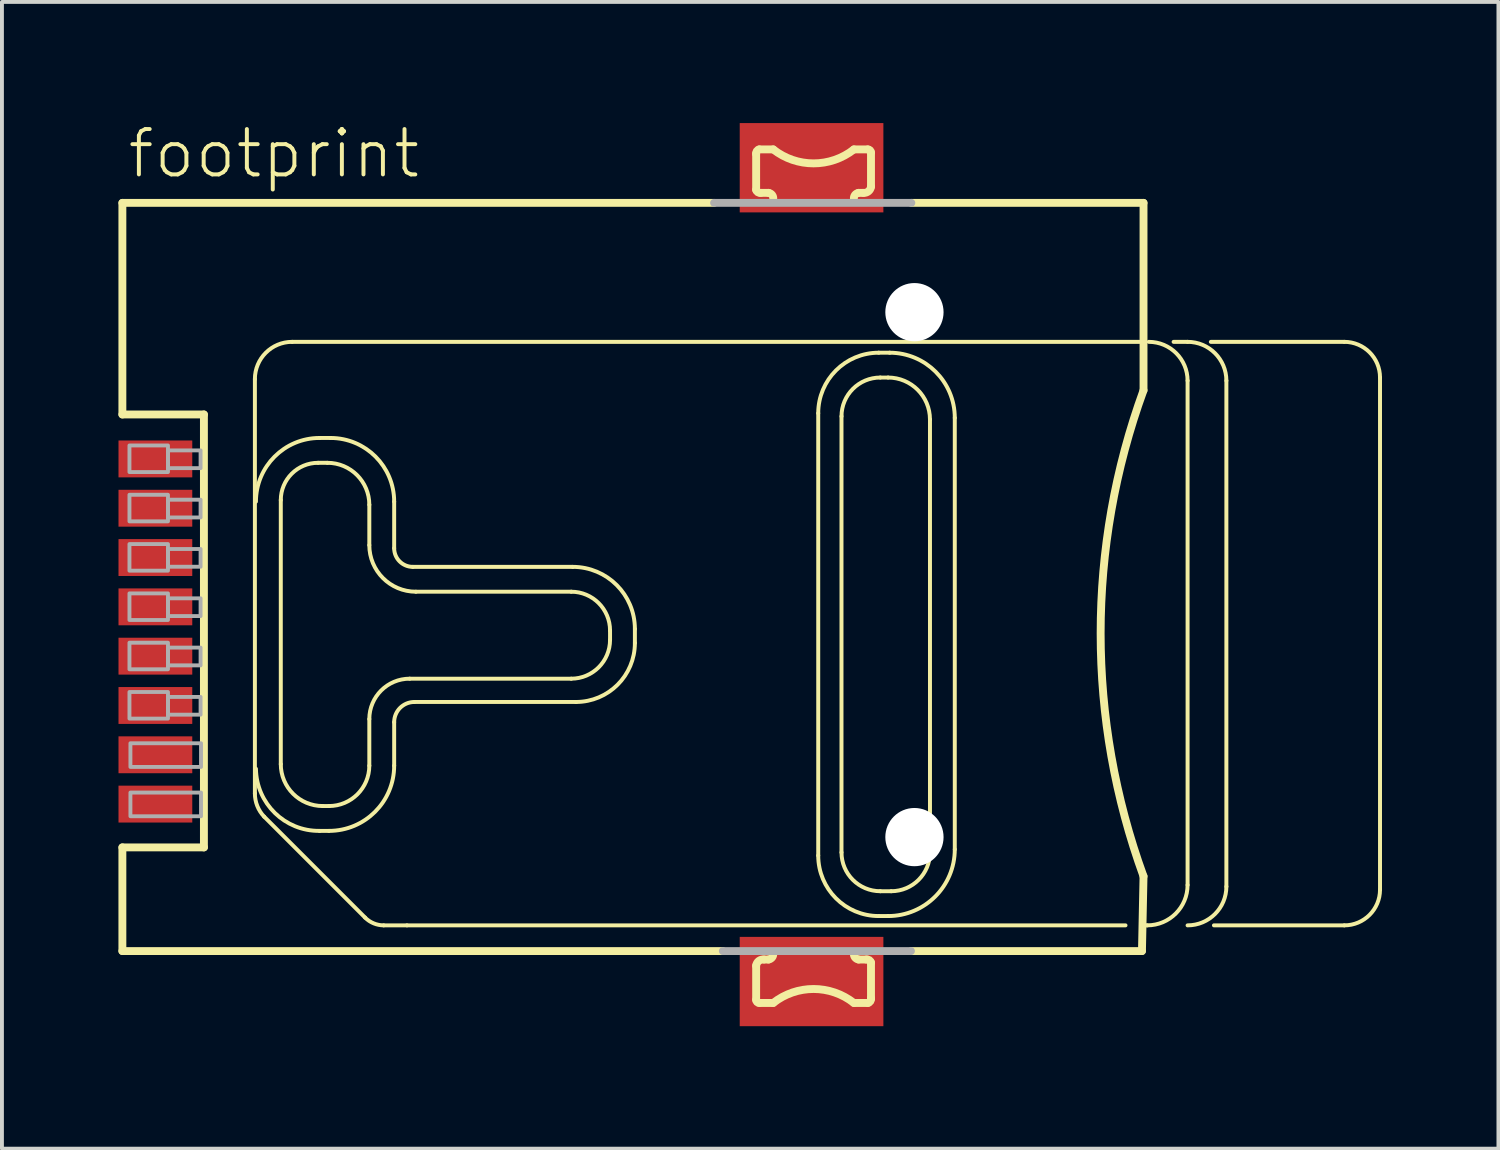
<source format=kicad_pcb>
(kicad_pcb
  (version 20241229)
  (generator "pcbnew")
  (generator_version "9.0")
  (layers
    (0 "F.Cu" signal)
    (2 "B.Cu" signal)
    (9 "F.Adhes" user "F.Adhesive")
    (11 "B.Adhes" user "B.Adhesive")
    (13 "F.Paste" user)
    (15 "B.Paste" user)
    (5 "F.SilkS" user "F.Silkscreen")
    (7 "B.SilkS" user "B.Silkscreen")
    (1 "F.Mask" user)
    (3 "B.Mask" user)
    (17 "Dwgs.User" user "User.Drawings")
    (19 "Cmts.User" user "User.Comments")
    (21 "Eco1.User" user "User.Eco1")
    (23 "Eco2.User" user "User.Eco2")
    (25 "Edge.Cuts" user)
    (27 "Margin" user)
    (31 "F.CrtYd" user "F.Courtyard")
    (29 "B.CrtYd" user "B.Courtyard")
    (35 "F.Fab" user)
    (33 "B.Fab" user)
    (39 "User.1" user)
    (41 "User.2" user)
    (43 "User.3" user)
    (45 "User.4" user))
  (footprint "footprint"
    (layer "F.Cu")
    (at 20.502 11.75)
    (property "Reference" "footprint" (at -20.32 -10.16 0) (layer "F.SilkS") (effects (font (size 1.168 1.168) (thickness 0.102)) (justify left bottom)))
    (fp_poly (pts (xy -4.5 -9.33) (xy -0.8 -9.33) (xy -0.8 -11.63) (xy -4.5 -11.63)) (stroke (width 0) (type solid)) (fill yes) (layer "F.Cu"))
    (fp_poly (pts (xy -0.8 9.33) (xy -4.5 9.33) (xy -4.5 11.63) (xy -0.8 11.63)) (stroke (width 0) (type solid)) (fill yes) (layer "F.Cu"))
    (fp_poly (pts (xy -4.625 -9.175) (xy -0.675 -9.175) (xy -0.675 -11.75) (xy -4.625 -11.75)) (stroke (width 0) (type solid)) (fill yes) (layer "F.Mask"))
    (fp_poly (pts (xy -4.625 11.785) (xy -0.675 11.785) (xy -0.675 9.21) (xy -4.625 9.21)) (stroke (width 0) (type solid)) (fill yes) (layer "F.Mask"))
    (fp_line (start -20.4 -9.575) (end -5.16 -9.575) (stroke (width 0.203) (type solid)) (layer "F.SilkS"))
    (fp_line (start -20.4 -4.125) (end -20.4 -9.575) (stroke (width 0.203) (type solid)) (layer "F.SilkS"))
    (fp_line (start -20.4 7.025) (end -18.3 7.025) (stroke (width 0.203) (type solid)) (layer "F.SilkS"))
    (fp_line (start -20.4 9.695) (end -20.4 7.025) (stroke (width 0.203) (type solid)) (layer "F.SilkS"))
    (fp_line (start -18.3 -4.125) (end -20.4 -4.125) (stroke (width 0.203) (type solid)) (layer "F.SilkS"))
    (fp_line (start -18.3 7.025) (end -18.3 -4.125) (stroke (width 0.203) (type solid)) (layer "F.SilkS"))
    (fp_line (start -16.987 -5.036) (end -16.987 5.636) (stroke (width 0.102) (type solid)) (layer "F.SilkS"))
    (fp_line (start -16.747 6.235) (end -14.149 8.833) (stroke (width 0.102) (type solid)) (layer "F.SilkS"))
    (fp_line (start -16.32 4.88) (end -16.32 -1.92) (stroke (width 0.102) (type solid)) (layer "F.SilkS"))
    (fp_line (start -16.028 -5.995) (end 5.955 -5.995) (stroke (width 0.102) (type solid)) (layer "F.SilkS"))
    (fp_line (start -15.36 -2.88) (end -15.12 -2.88) (stroke (width 0.102) (type solid)) (layer "F.SilkS"))
    (fp_line (start -15.32 -3.52) (end -15.04 -3.52) (stroke (width 0.102) (type solid)) (layer "F.SilkS"))
    (fp_line (start -15.08 5.96) (end -15.24 5.96) (stroke (width 0.102) (type solid)) (layer "F.SilkS"))
    (fp_line (start -15.08 6.6) (end -15.32 6.6) (stroke (width 0.102) (type solid)) (layer "F.SilkS"))
    (fp_line (start -14.04 -1.8) (end -14.04 -0.76) (stroke (width 0.102) (type solid)) (layer "F.SilkS"))
    (fp_line (start -14.04 3.72) (end -14.04 4.92) (stroke (width 0.102) (type solid)) (layer "F.SilkS"))
    (fp_line (start -13.4 -1.88) (end -13.4 -0.68) (stroke (width 0.102) (type solid)) (layer "F.SilkS"))
    (fp_line (start -13.4 3.8) (end -13.4 4.92) (stroke (width 0.102) (type solid)) (layer "F.SilkS"))
    (fp_line (start -13.07 9.033) (end 5.436 9.033) (stroke (width 0.102) (type solid)) (layer "F.SilkS"))
    (fp_line (start -12.92 -0.2) (end -8.8 -0.2) (stroke (width 0.102) (type solid)) (layer "F.SilkS"))
    (fp_line (start -12.84 0.44) (end -8.84 0.44) (stroke (width 0.102) (type solid)) (layer "F.SilkS"))
    (fp_line (start -8.84 2.68) (end -13 2.68) (stroke (width 0.102) (type solid)) (layer "F.SilkS"))
    (fp_line (start -8.72 3.28) (end -12.88 3.28) (stroke (width 0.102) (type solid)) (layer "F.SilkS"))
    (fp_line (start -7.84 1.44) (end -7.84 1.68) (stroke (width 0.102) (type solid)) (layer "F.SilkS"))
    (fp_line (start -7.2 1.4) (end -7.2 1.76) (stroke (width 0.102) (type solid)) (layer "F.SilkS"))
    (fp_line (start -4.935 9.695) (end -20.4 9.695) (stroke (width 0.203) (type solid)) (layer "F.SilkS"))
    (fp_line (start -4.077 -9.913) (end -4.077 -10.832) (stroke (width 0.203) (type solid)) (layer "F.SilkS"))
    (fp_line (start -4.077 10.952) (end -4.077 10.072) (stroke (width 0.203) (type solid)) (layer "F.SilkS"))
    (fp_line (start -3.997 -10.952) (end -3.637 -10.952) (stroke (width 0.203) (type solid)) (layer "F.SilkS"))
    (fp_line (start -3.877 9.913) (end -3.757 9.913) (stroke (width 0.203) (type solid)) (layer "F.SilkS"))
    (fp_line (start -3.757 -9.833) (end -3.957 -9.833) (stroke (width 0.203) (type solid)) (layer "F.SilkS"))
    (fp_line (start -3.637 11.032) (end -3.997 11.032) (stroke (width 0.203) (type solid)) (layer "F.SilkS"))
    (fp_line (start -2.478 7.235) (end -2.478 -4.157) (stroke (width 0.102) (type solid)) (layer "F.SilkS"))
    (fp_line (start -1.879 -4.077) (end -1.879 7.155) (stroke (width 0.102) (type solid)) (layer "F.SilkS"))
    (fp_line (start -1.559 -10.952) (end -1.199 -10.952) (stroke (width 0.203) (type solid)) (layer "F.SilkS"))
    (fp_line (start -1.439 9.913) (end -1.239 9.913) (stroke (width 0.203) (type solid)) (layer "F.SilkS"))
    (fp_line (start -1.319 -9.833) (end -1.439 -9.833) (stroke (width 0.203) (type solid)) (layer "F.SilkS"))
    (fp_line (start -1.199 11.032) (end -1.559 11.032) (stroke (width 0.203) (type solid)) (layer "F.SilkS"))
    (fp_line (start -1.119 -10.872) (end -1.119 -9.992) (stroke (width 0.203) (type solid)) (layer "F.SilkS"))
    (fp_line (start -1.119 9.993) (end -1.119 10.912) (stroke (width 0.203) (type solid)) (layer "F.SilkS"))
    (fp_line (start -0.919 -5.716) (end -0.639 -5.716) (stroke (width 0.102) (type solid)) (layer "F.SilkS"))
    (fp_line (start -0.879 8.154) (end -0.6 8.154) (stroke (width 0.102) (type solid)) (layer "F.SilkS"))
    (fp_line (start -0.679 -5.076) (end -0.879 -5.076) (stroke (width 0.102) (type solid)) (layer "F.SilkS"))
    (fp_line (start -0.679 8.793) (end -0.919 8.793) (stroke (width 0.102) (type solid)) (layer "F.SilkS"))
    (fp_line (start -0.08 -9.575) (end 5.9 -9.575) (stroke (width 0.203) (type solid)) (layer "F.SilkS"))
    (fp_line (start 0.4 7.155) (end 0.4 -3.997) (stroke (width 0.102) (type solid)) (layer "F.SilkS"))
    (fp_line (start 1.039 -4.037) (end 1.039 7.075) (stroke (width 0.102) (type solid)) (layer "F.SilkS"))
    (fp_line (start 5.86 9.695) (end -0.08 9.695) (stroke (width 0.203) (type solid)) (layer "F.SilkS"))
    (fp_line (start 5.9 -9.575) (end 5.9 -4.746) (stroke (width 0.203) (type solid)) (layer "F.SilkS"))
    (fp_line (start 5.9 7.769) (end 5.86 9.695) (stroke (width 0.203) (type solid)) (layer "F.SilkS"))
    (fp_line (start 5.995 9.033) (end 5.955 9.033) (stroke (width 0.102) (type solid)) (layer "F.SilkS"))
    (fp_line (start 7.035 -5.995) (end 6.675 -5.995) (stroke (width 0.102) (type solid)) (layer "F.SilkS"))
    (fp_line (start 7.035 -4.996) (end 7.035 7.994) (stroke (width 0.102) (type solid)) (layer "F.SilkS"))
    (fp_line (start 7.634 -5.995) (end 11.072 -5.995) (stroke (width 0.102) (type solid)) (layer "F.SilkS"))
    (fp_line (start 8.034 8.034) (end 8.034 -4.996) (stroke (width 0.102) (type solid)) (layer "F.SilkS"))
    (fp_line (start 11.072 9.033) (end 7.714 9.033) (stroke (width 0.102) (type solid)) (layer "F.SilkS"))
    (fp_line (start 11.991 -5.076) (end 11.991 8.114) (stroke (width 0.102) (type solid)) (layer "F.SilkS"))
    (fp_arc (start -16.9873 -5.0362) (mid -16.706328 -5.714528) (end -16.028 -5.9955) (stroke (width 0.1016) (type solid)) (layer "F.SilkS"))
    (fp_arc (start -16.96 -1.88) (mid -16.479655 -3.039655) (end -15.32 -3.52) (stroke (width 0.1016) (type solid)) (layer "F.SilkS"))
    (fp_arc (start -16.7474 6.235301) (mid -16.925107 5.958663) (end -16.9873 5.6358) (stroke (width 0.1016) (type solid)) (layer "F.SilkS"))
    (fp_arc (start -16.32 -1.92) (mid -16.038823 -2.598823) (end -15.36 -2.88) (stroke (width 0.1016) (type solid)) (layer "F.SilkS"))
    (fp_arc (start -15.32 6.6) (mid -16.471371 6.139655) (end -16.96 5) (stroke (width 0.1016) (type solid)) (layer "F.SilkS"))
    (fp_arc (start -15.24 5.96) (mid -16.003675 5.643675) (end -16.32 4.88) (stroke (width 0.1016) (type solid)) (layer "F.SilkS"))
    (fp_arc (start -15.12 -2.88) (mid -14.356325 -2.563675) (end -14.04 -1.8) (stroke (width 0.1016) (type solid)) (layer "F.SilkS"))
    (fp_arc (start -15.04 -3.52) (mid -13.880345 -3.039655) (end -13.4 -1.88) (stroke (width 0.1016) (type solid)) (layer "F.SilkS"))
    (fp_arc (start -14.04 3.72) (mid -13.735391 2.984609) (end -13 2.68) (stroke (width 0.1016) (type solid)) (layer "F.SilkS"))
    (fp_arc (start -14.04 4.92) (mid -14.344609 5.655391) (end -15.08 5.96) (stroke (width 0.1016) (type solid)) (layer "F.SilkS"))
    (fp_arc (start -13.669699 9.0332) (mid -13.929318 8.980763) (end -14.1494 8.8334) (stroke (width 0.1016) (type solid)) (layer "F.SilkS"))
    (fp_arc (start -13.4 3.8) (mid -13.247696 3.432304) (end -12.88 3.28) (stroke (width 0.1016) (type solid)) (layer "F.SilkS"))
    (fp_arc (start -13.4 4.92) (mid -13.892061 6.107939) (end -15.08 6.6) (stroke (width 0.1016) (type solid)) (layer "F.SilkS"))
    (fp_arc (start -13.0702 9.0332) (mid -13.36995 9.033793) (end -13.6697 9.0332) (stroke (width 0.1016) (type solid)) (layer "F.SilkS"))
    (fp_arc (start -12.92 -0.2) (mid -13.259411 -0.340589) (end -13.4 -0.68) (stroke (width 0.1016) (type solid)) (layer "F.SilkS"))
    (fp_arc (start -12.84 0.44) (mid -13.688528 0.088528) (end -14.04 -0.76) (stroke (width 0.1016) (type solid)) (layer "F.SilkS"))
    (fp_arc (start -8.84 0.44) (mid -8.132893 0.732893) (end -7.84 1.44) (stroke (width 0.1016) (type solid)) (layer "F.SilkS"))
    (fp_arc (start -8.8 -0.2) (mid -7.668629 0.268629) (end -7.2 1.4) (stroke (width 0.1016) (type solid)) (layer "F.SilkS"))
    (fp_arc (start -7.84 1.68) (mid -8.132893 2.387107) (end -8.84 2.68) (stroke (width 0.1016) (type solid)) (layer "F.SilkS"))
    (fp_arc (start -7.2 1.76) (mid -7.645198 2.834802) (end -8.72 3.28) (stroke (width 0.1016) (type solid)) (layer "F.SilkS"))
    (fp_arc (start -4.077 10.0725) (mid -4.010196 9.95122) (end -3.8772 9.9127) (stroke (width 0.2032) (type solid)) (layer "F.SilkS"))
    (fp_arc (start -4.0769 -10.8318) (mid -4.061782 -10.908298) (end -3.997 -10.9517) (stroke (width 0.2032) (type solid)) (layer "F.SilkS"))
    (fp_arc (start -3.9971 11.0318) (mid -4.053598 11.008398) (end -4.077 10.9519) (stroke (width 0.2032) (type solid)) (layer "F.SilkS"))
    (fp_arc (start -3.9571 -9.8327) (mid -4.033598 -9.847818) (end -4.077 -9.9126) (stroke (width 0.2032) (type solid)) (layer "F.SilkS"))
    (fp_arc (start -3.7572 -9.8326) (mid -3.664163 -9.77746) (end -3.6373 -9.6727) (stroke (width 0.2032) (type solid)) (layer "F.SilkS"))
    (fp_arc (start -3.637399 11.031799) (mid -2.598149 10.67213) (end -1.5589 11.0318) (stroke (width 0.2032) (type solid)) (layer "F.SilkS"))
    (fp_arc (start -3.637398 9.7528) (mid -3.664238 9.857544) (end -3.7573 9.9126) (stroke (width 0.2032) (type solid)) (layer "F.SilkS"))
    (fp_arc (start -2.4781 -4.1569) (mid -2.021538 -5.259139) (end -0.919299 -5.715701) (stroke (width 0.1016) (type solid)) (layer "F.SilkS"))
    (fp_arc (start -1.8786 -4.0769) (mid -1.585912 -4.783512) (end -0.8793 -5.0762) (stroke (width 0.1016) (type solid)) (layer "F.SilkS"))
    (fp_arc (start -1.558801 -10.951799) (mid -2.598051 -10.59213) (end -3.6373 -10.9518) (stroke (width 0.2032) (type solid)) (layer "F.SilkS"))
    (fp_arc (start -1.558801 -9.672799) (mid -1.531961 -9.777543) (end -1.4389 -9.8326) (stroke (width 0.2032) (type solid)) (layer "F.SilkS"))
    (fp_arc (start -1.438999 9.912601) (mid -1.532037 9.857461) (end -1.5589 9.7527) (stroke (width 0.2032) (type solid)) (layer "F.SilkS"))
    (fp_arc (start -1.2391 9.9127) (mid -1.162602 9.927818) (end -1.1192 9.9926) (stroke (width 0.2032) (type solid)) (layer "F.SilkS"))
    (fp_arc (start -1.1991 -10.9518) (mid -1.142602 -10.928398) (end -1.1192 -10.8719) (stroke (width 0.2032) (type solid)) (layer "F.SilkS"))
    (fp_arc (start -1.1193 10.9118) (mid -1.134418 10.988298) (end -1.1992 11.0317) (stroke (width 0.2032) (type solid)) (layer "F.SilkS"))
    (fp_arc (start -1.1192 -9.9925) (mid -1.186004 -9.87122) (end -1.319 -9.8327) (stroke (width 0.2032) (type solid)) (layer "F.SilkS"))
    (fp_arc (start -0.9193 8.7934) (mid -2.021538 8.336837) (end -2.478099 7.234599) (stroke (width 0.1016) (type solid)) (layer "F.SilkS"))
    (fp_arc (start -0.8793 8.1539) (mid -1.585912 7.861212) (end -1.8786 7.1546) (stroke (width 0.1016) (type solid)) (layer "F.SilkS"))
    (fp_arc (start -0.6795 -5.0762) (mid 0.08361 -4.76011) (end 0.3997 -3.997) (stroke (width 0.1016) (type solid)) (layer "F.SilkS"))
    (fp_arc (start -0.6395 -5.7157) (mid 0.54752 -5.22402) (end 1.0392 -4.037) (stroke (width 0.1016) (type solid)) (layer "F.SilkS"))
    (fp_arc (start 0.3997 7.1546) (mid 0.107012 7.861212) (end -0.5996 8.1539) (stroke (width 0.1016) (type solid)) (layer "F.SilkS"))
    (fp_arc (start 1.0392 7.0747) (mid 0.535804 8.290004) (end -0.6795 8.7934) (stroke (width 0.1016) (type solid)) (layer "F.SilkS"))
    (fp_arc (start 5.9 7.768799) (mid 4.795616 1.5114) (end 5.9 -4.746) (stroke (width 0.2032) (type solid)) (layer "F.SilkS"))
    (fp_arc (start 6.0355 -5.9955) (mid 6.742041 -5.702841) (end 7.0347 -4.9963) (stroke (width 0.1016) (type solid)) (layer "F.SilkS"))
    (fp_arc (start 7.0347 -5.9955) (mid 7.741312 -5.702812) (end 8.034 -4.9962) (stroke (width 0.1016) (type solid)) (layer "F.SilkS"))
    (fp_arc (start 7.0347 7.994) (mid 6.730325 8.728825) (end 5.9955 9.0332) (stroke (width 0.1016) (type solid)) (layer "F.SilkS"))
    (fp_arc (start 8.034 8.0339) (mid 7.741312 8.740512) (end 7.0347 9.0332) (stroke (width 0.1016) (type solid)) (layer "F.SilkS"))
    (fp_arc (start 11.0717 -5.9955) (mid 11.721743 -5.726243) (end 11.991 -5.0762) (stroke (width 0.1016) (type solid)) (layer "F.SilkS"))
    (fp_arc (start 11.991 8.1139) (mid 11.721743 8.763943) (end 11.0717 9.0332) (stroke (width 0.1016) (type solid)) (layer "F.SilkS"))
    (fp_poly (pts (xy -4.375 -9.45) (xy -0.925 -9.45) (xy -0.925 -11.5) (xy -4.375 -11.5)) (stroke (width 0) (type solid)) (fill yes) (layer "F.Paste"))
    (fp_poly (pts (xy -4.375 11.51) (xy -0.925 11.51) (xy -0.925 9.46) (xy -4.375 9.46)) (stroke (width 0) (type solid)) (fill yes) (layer "F.Paste"))
    (fp_line (start -5.16 -9.575) (end -0.08 -9.575) (stroke (width 0.203) (type solid)) (layer "F.Fab"))
    (fp_line (start -0.09 9.695) (end -4.935 9.695) (stroke (width 0.203) (type solid)) (layer "F.Fab"))
    (fp_poly (pts (xy -20.218 -2.642) (xy -19.226 -2.642) (xy -19.226 -3.327) (xy -20.218 -3.327)) (stroke (width 0.1) (type solid)) (fill no) (layer "F.Fab"))
    (fp_poly (pts (xy -20.218 -1.372) (xy -19.226 -1.372) (xy -19.226 -2.057) (xy -20.218 -2.057)) (stroke (width 0.1) (type solid)) (fill no) (layer "F.Fab"))
    (fp_poly (pts (xy -20.218 -0.102) (xy -19.226 -0.102) (xy -19.226 -0.787) (xy -20.218 -0.787)) (stroke (width 0.1) (type solid)) (fill no) (layer "F.Fab"))
    (fp_poly (pts (xy -20.218 1.168) (xy -19.226 1.168) (xy -19.226 0.483) (xy -20.218 0.483)) (stroke (width 0.1) (type solid)) (fill no) (layer "F.Fab"))
    (fp_poly (pts (xy -20.218 2.438) (xy -19.226 2.438) (xy -19.226 1.753) (xy -20.218 1.753)) (stroke (width 0.1) (type solid)) (fill no) (layer "F.Fab"))
    (fp_poly (pts (xy -20.218 3.708) (xy -19.226 3.708) (xy -19.226 3.023) (xy -20.218 3.023)) (stroke (width 0.1) (type solid)) (fill no) (layer "F.Fab"))
    (fp_poly (pts (xy -20.193 4.953) (xy -18.375 4.953) (xy -18.375 4.343) (xy -20.193 4.343)) (stroke (width 0.1) (type solid)) (fill no) (layer "F.Fab"))
    (fp_poly (pts (xy -20.193 6.223) (xy -18.375 6.223) (xy -18.375 5.613) (xy -20.193 5.613)) (stroke (width 0.1) (type solid)) (fill no) (layer "F.Fab"))
    (fp_poly (pts (xy -19.226 -2.743) (xy -18.386 -2.743) (xy -18.386 -3.2) (xy -19.226 -3.2)) (stroke (width 0.1) (type solid)) (fill no) (layer "F.Fab"))
    (fp_poly (pts (xy -19.226 -1.473) (xy -18.386 -1.473) (xy -18.386 -1.93) (xy -19.226 -1.93)) (stroke (width 0.1) (type solid)) (fill no) (layer "F.Fab"))
    (fp_poly (pts (xy -19.226 -0.203) (xy -18.386 -0.203) (xy -18.386 -0.66) (xy -19.226 -0.66)) (stroke (width 0.1) (type solid)) (fill no) (layer "F.Fab"))
    (fp_poly (pts (xy -19.226 1.067) (xy -18.386 1.067) (xy -18.386 0.61) (xy -19.226 0.61)) (stroke (width 0.1) (type solid)) (fill no) (layer "F.Fab"))
    (fp_poly (pts (xy -19.226 2.337) (xy -18.386 2.337) (xy -18.386 1.88) (xy -19.226 1.88)) (stroke (width 0.1) (type solid)) (fill no) (layer "F.Fab"))
    (fp_poly (pts (xy -19.226 3.607) (xy -18.386 3.607) (xy -18.386 3.15) (xy -19.226 3.15)) (stroke (width 0.1) (type solid)) (fill no) (layer "F.Fab"))
    (pad "" np_thru_hole circle (at 0 -6.76) (size 1.5 1.5) (drill 1.5) (layers "*.Cu" "*.Mask"))
    (pad "" np_thru_hole circle (at 0 6.76) (size 1.5 1.5) (drill 1.5) (layers "*.Cu" "*.Mask"))
    (pad "C/D@1" smd rect (at -19.55 4.64) (size 1.9 0.95) (layers "F.Cu" "F.Mask" "F.Paste"))
    (pad "C/D@2" smd rect (at -19.55 5.91) (size 1.9 0.95) (layers "F.Cu" "F.Mask" "F.Paste"))
    (pad "C1" smd rect (at -19.55 -2.98) (size 1.9 0.95) (layers "F.Cu" "F.Mask" "F.Paste"))
    (pad "C2" smd rect (at -19.55 -0.44) (size 1.9 0.95) (layers "F.Cu" "F.Mask" "F.Paste"))
    (pad "C3" smd rect (at -19.55 2.1) (size 1.9 0.95) (layers "F.Cu" "F.Mask" "F.Paste"))
    (pad "C5" smd rect (at -19.55 -1.71) (size 1.9 0.95) (layers "F.Cu" "F.Mask" "F.Paste"))
    (pad "C6" smd rect (at -19.55 0.83) (size 1.9 0.95) (layers "F.Cu" "F.Mask" "F.Paste"))
    (pad "C7" smd rect (at -19.55 3.37) (size 1.9 0.95) (layers "F.Cu" "F.Mask" "F.Paste"))
    (zone (net_name "") (layer "F.Cu") (hatch edge 0.508) (connect_pads) (min_thickness 0.254) (filled_areas_thickness no) (keepout (tracks not_allowed) (vias not_allowed) (pads not_allowed) (copperpour not_allowed) (footprints allowed)) (placement (enabled no)) (fill) (polygon (pts (xy 15.352 16.21) (xy 17.052 16.21) (xy 17.052 8.73) (xy 15.352 8.73))))
    (zone (net_name "") (layer "F.Cu") (hatch edge 0.508) (connect_pads) (min_thickness 0.254) (filled_areas_thickness no) (keepout (tracks not_allowed) (vias not_allowed) (pads not_allowed) (copperpour not_allowed) (footprints allowed)) (placement (enabled no)) (fill) (polygon (pts (xy 22.852 15.16) (xy 24.552 15.16) (xy 24.552 7.68) (xy 22.852 7.68)))))
  (gr_rect
    (start -3 -3)
    (end 35.543 26.535)
    (stroke (width 0.1) (type default))
    (fill no)
    (layer "Edge.Cuts")))
</source>
